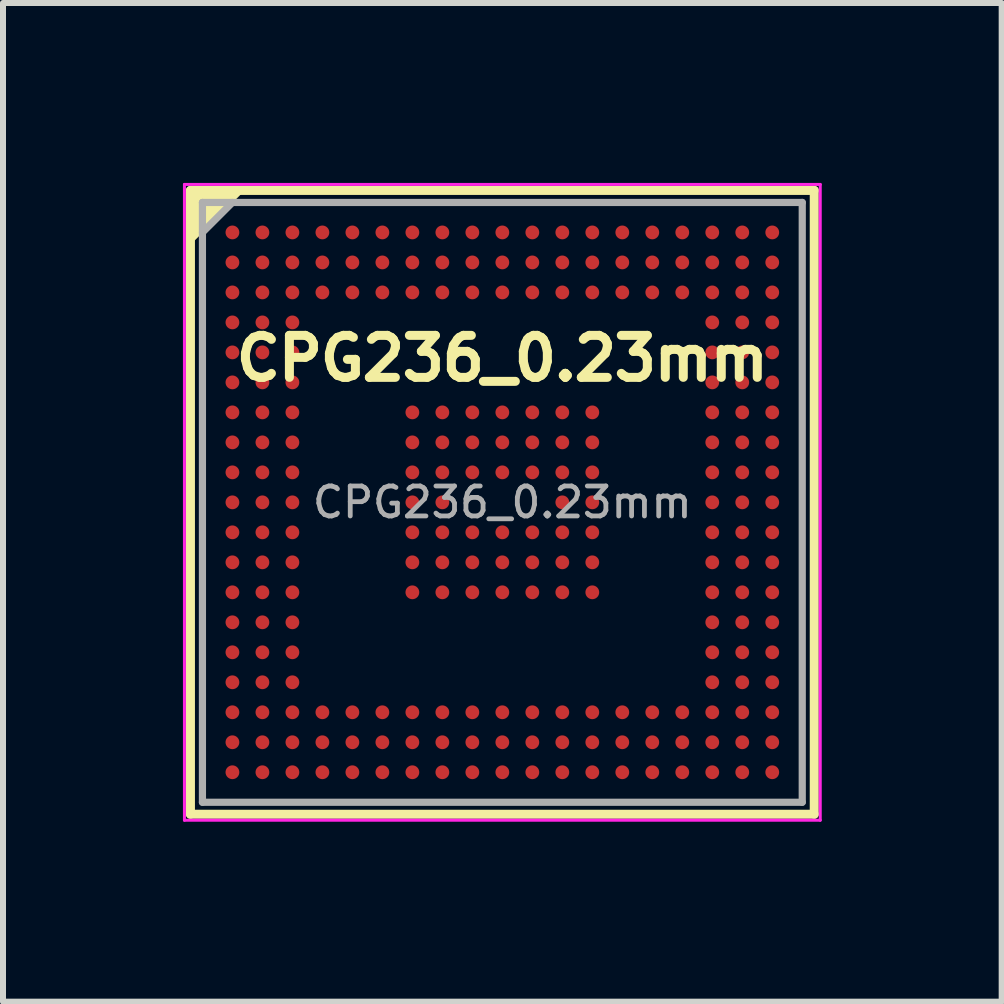
<source format=kicad_pcb>
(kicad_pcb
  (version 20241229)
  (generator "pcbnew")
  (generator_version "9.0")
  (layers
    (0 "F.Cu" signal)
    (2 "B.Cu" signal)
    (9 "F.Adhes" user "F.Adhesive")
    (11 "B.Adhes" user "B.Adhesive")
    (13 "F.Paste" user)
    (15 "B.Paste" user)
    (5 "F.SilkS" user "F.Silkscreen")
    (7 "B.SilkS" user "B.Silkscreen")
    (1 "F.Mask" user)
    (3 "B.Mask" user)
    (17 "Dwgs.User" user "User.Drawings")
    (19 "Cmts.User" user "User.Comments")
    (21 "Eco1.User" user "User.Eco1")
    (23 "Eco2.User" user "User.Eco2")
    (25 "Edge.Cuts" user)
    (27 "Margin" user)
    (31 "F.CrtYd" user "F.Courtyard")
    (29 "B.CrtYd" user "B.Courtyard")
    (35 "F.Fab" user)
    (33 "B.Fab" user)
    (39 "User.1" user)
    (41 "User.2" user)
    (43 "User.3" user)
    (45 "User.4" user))
  (footprint "CPG236_0.23mm"
    (layer "F.Cu")
    (at 5.325 5.325)
    (property "Reference" "CPG236_0.23mm" (at 0 -2.4 0) (layer "F.SilkS") (effects (font (size 0.7 0.7) (thickness 0.15))))
    (property "Value" "${VALUE}" (at 0 4.6 0) (layer "F.Fab") (hide yes) (effects (font (size 0.4 0.4) (thickness 0.07))))
    (attr through_hole)
    (fp_line (start -5.2 -5.2) (end -5.2 5.2) (stroke (width 0.15) (type solid)) (layer "F.SilkS"))
    (fp_line (start -5.2 5.2) (end 5.2 5.2) (stroke (width 0.15) (type solid)) (layer "F.SilkS"))
    (fp_line (start -4.4 -5.2) (end -5.2 -4.4) (stroke (width 0.15) (type solid)) (layer "F.SilkS"))
    (fp_line (start 5.2 -5.2) (end -5.2 -5.2) (stroke (width 0.15) (type solid)) (layer "F.SilkS"))
    (fp_line (start 5.2 5.2) (end 5.2 -5.2) (stroke (width 0.15) (type solid)) (layer "F.SilkS"))
    (fp_poly (pts (xy -5.2 -4.4) (xy -4.4 -5.2) (xy -5.2 -5.2)) (stroke (width 0.1) (type solid)) (fill yes) (layer "F.SilkS"))
    (fp_line (start -5.3 -5.3) (end 5.3 -5.3) (stroke (width 0.05) (type solid)) (layer "F.CrtYd"))
    (fp_line (start -5.3 5.3) (end -5.3 -5.3) (stroke (width 0.05) (type solid)) (layer "F.CrtYd"))
    (fp_line (start 5.3 -5.3) (end 5.3 5.3) (stroke (width 0.05) (type solid)) (layer "F.CrtYd"))
    (fp_line (start 5.3 5.3) (end -5.3 5.3) (stroke (width 0.05) (type solid)) (layer "F.CrtYd"))
    (fp_line (start -5 -5) (end 5 -5) (stroke (width 0.12) (type solid)) (layer "F.Fab"))
    (fp_line (start -5 5) (end -5 -5) (stroke (width 0.12) (type solid)) (layer "F.Fab"))
    (fp_line (start -4.5 -5) (end -5 -4.5) (stroke (width 0.12) (type solid)) (layer "F.Fab"))
    (fp_line (start 5 -5) (end 5 5) (stroke (width 0.12) (type solid)) (layer "F.Fab"))
    (fp_line (start 5 5) (end -5 5) (stroke (width 0.12) (type solid)) (layer "F.Fab"))
    (fp_poly (pts (xy -5 -4.5) (xy -5 -5) (xy -4.5 -5)) (stroke (width 0.1) (type solid)) (fill no) (layer "F.Fab"))
    (fp_text user "${REFERENCE}" (at 0 0 0) (layer "F.Fab") (effects (font (size 0.5 0.5) (thickness 0.08))))
    (pad "A1" smd circle (at -4.5 -4.5) (size 0.23 0.23) (layers "F.Cu" "F.Mask" "F.Paste"))
    (pad "A2" smd circle (at -4 -4.5) (size 0.23 0.23) (layers "F.Cu" "F.Mask" "F.Paste"))
    (pad "A3" smd circle (at -3.5 -4.5) (size 0.23 0.23) (layers "F.Cu" "F.Mask" "F.Paste"))
    (pad "A4" smd circle (at -3 -4.5) (size 0.23 0.23) (layers "F.Cu" "F.Mask" "F.Paste"))
    (pad "A5" smd circle (at -2.5 -4.5) (size 0.23 0.23) (layers "F.Cu" "F.Mask" "F.Paste"))
    (pad "A6" smd circle (at -2 -4.5) (size 0.23 0.23) (layers "F.Cu" "F.Mask" "F.Paste"))
    (pad "A7" smd circle (at -1.5 -4.5) (size 0.23 0.23) (layers "F.Cu" "F.Mask" "F.Paste"))
    (pad "A8" smd circle (at -1 -4.5) (size 0.23 0.23) (layers "F.Cu" "F.Mask" "F.Paste"))
    (pad "A9" smd circle (at -0.5 -4.5) (size 0.23 0.23) (layers "F.Cu" "F.Mask" "F.Paste"))
    (pad "A10" smd circle (at 0 -4.5) (size 0.23 0.23) (layers "F.Cu" "F.Mask" "F.Paste"))
    (pad "A11" smd circle (at 0.5 -4.5) (size 0.23 0.23) (layers "F.Cu" "F.Mask" "F.Paste"))
    (pad "A12" smd circle (at 1 -4.5) (size 0.23 0.23) (layers "F.Cu" "F.Mask" "F.Paste"))
    (pad "A13" smd circle (at 1.5 -4.5) (size 0.23 0.23) (layers "F.Cu" "F.Mask" "F.Paste"))
    (pad "A14" smd circle (at 2 -4.5) (size 0.23 0.23) (layers "F.Cu" "F.Mask" "F.Paste"))
    (pad "A15" smd circle (at 2.5 -4.5) (size 0.23 0.23) (layers "F.Cu" "F.Mask" "F.Paste"))
    (pad "A16" smd circle (at 3 -4.5) (size 0.23 0.23) (layers "F.Cu" "F.Mask" "F.Paste"))
    (pad "A17" smd circle (at 3.5 -4.5) (size 0.23 0.23) (layers "F.Cu" "F.Mask" "F.Paste"))
    (pad "A18" smd circle (at 4 -4.5) (size 0.23 0.23) (layers "F.Cu" "F.Mask" "F.Paste"))
    (pad "A19" smd circle (at 4.5 -4.5) (size 0.23 0.23) (layers "F.Cu" "F.Mask" "F.Paste"))
    (pad "B1" smd circle (at -4.5 -4) (size 0.23 0.23) (layers "F.Cu" "F.Mask" "F.Paste"))
    (pad "B2" smd circle (at -4 -4) (size 0.23 0.23) (layers "F.Cu" "F.Mask" "F.Paste"))
    (pad "B3" smd circle (at -3.5 -4) (size 0.23 0.23) (layers "F.Cu" "F.Mask" "F.Paste"))
    (pad "B4" smd circle (at -3 -4) (size 0.23 0.23) (layers "F.Cu" "F.Mask" "F.Paste"))
    (pad "B5" smd circle (at -2.5 -4) (size 0.23 0.23) (layers "F.Cu" "F.Mask" "F.Paste"))
    (pad "B6" smd circle (at -2 -4) (size 0.23 0.23) (layers "F.Cu" "F.Mask" "F.Paste"))
    (pad "B7" smd circle (at -1.5 -4) (size 0.23 0.23) (layers "F.Cu" "F.Mask" "F.Paste"))
    (pad "B8" smd circle (at -1 -4) (size 0.23 0.23) (layers "F.Cu" "F.Mask" "F.Paste"))
    (pad "B9" smd circle (at -0.5 -4) (size 0.23 0.23) (layers "F.Cu" "F.Mask" "F.Paste"))
    (pad "B10" smd circle (at 0 -4) (size 0.23 0.23) (layers "F.Cu" "F.Mask" "F.Paste"))
    (pad "B11" smd circle (at 0.5 -4) (size 0.23 0.23) (layers "F.Cu" "F.Mask" "F.Paste"))
    (pad "B12" smd circle (at 1 -4) (size 0.23 0.23) (layers "F.Cu" "F.Mask" "F.Paste"))
    (pad "B13" smd circle (at 1.5 -4) (size 0.23 0.23) (layers "F.Cu" "F.Mask" "F.Paste"))
    (pad "B14" smd circle (at 2 -4) (size 0.23 0.23) (layers "F.Cu" "F.Mask" "F.Paste"))
    (pad "B15" smd circle (at 2.5 -4) (size 0.23 0.23) (layers "F.Cu" "F.Mask" "F.Paste"))
    (pad "B16" smd circle (at 3 -4) (size 0.23 0.23) (layers "F.Cu" "F.Mask" "F.Paste"))
    (pad "B17" smd circle (at 3.5 -4) (size 0.23 0.23) (layers "F.Cu" "F.Mask" "F.Paste"))
    (pad "B18" smd circle (at 4 -4) (size 0.23 0.23) (layers "F.Cu" "F.Mask" "F.Paste"))
    (pad "B19" smd circle (at 4.5 -4) (size 0.23 0.23) (layers "F.Cu" "F.Mask" "F.Paste"))
    (pad "C1" smd circle (at -4.5 -3.5) (size 0.23 0.23) (layers "F.Cu" "F.Mask" "F.Paste"))
    (pad "C2" smd circle (at -4 -3.5) (size 0.23 0.23) (layers "F.Cu" "F.Mask" "F.Paste"))
    (pad "C3" smd circle (at -3.5 -3.5) (size 0.23 0.23) (layers "F.Cu" "F.Mask" "F.Paste"))
    (pad "C4" smd circle (at -3 -3.5) (size 0.23 0.23) (layers "F.Cu" "F.Mask" "F.Paste"))
    (pad "C5" smd circle (at -2.5 -3.5) (size 0.23 0.23) (layers "F.Cu" "F.Mask" "F.Paste"))
    (pad "C6" smd circle (at -2 -3.5) (size 0.23 0.23) (layers "F.Cu" "F.Mask" "F.Paste"))
    (pad "C7" smd circle (at -1.5 -3.5) (size 0.23 0.23) (layers "F.Cu" "F.Mask" "F.Paste"))
    (pad "C8" smd circle (at -1 -3.5) (size 0.23 0.23) (layers "F.Cu" "F.Mask" "F.Paste"))
    (pad "C9" smd circle (at -0.5 -3.5) (size 0.23 0.23) (layers "F.Cu" "F.Mask" "F.Paste"))
    (pad "C10" smd circle (at 0 -3.5) (size 0.23 0.23) (layers "F.Cu" "F.Mask" "F.Paste"))
    (pad "C11" smd circle (at 0.5 -3.5) (size 0.23 0.23) (layers "F.Cu" "F.Mask" "F.Paste"))
    (pad "C12" smd circle (at 1 -3.5) (size 0.23 0.23) (layers "F.Cu" "F.Mask" "F.Paste"))
    (pad "C13" smd circle (at 1.5 -3.5) (size 0.23 0.23) (layers "F.Cu" "F.Mask" "F.Paste"))
    (pad "C14" smd circle (at 2 -3.5) (size 0.23 0.23) (layers "F.Cu" "F.Mask" "F.Paste"))
    (pad "C15" smd circle (at 2.5 -3.5) (size 0.23 0.23) (layers "F.Cu" "F.Mask" "F.Paste"))
    (pad "C16" smd circle (at 3 -3.5) (size 0.23 0.23) (layers "F.Cu" "F.Mask" "F.Paste"))
    (pad "C17" smd circle (at 3.5 -3.5) (size 0.23 0.23) (layers "F.Cu" "F.Mask" "F.Paste"))
    (pad "C18" smd circle (at 4 -3.5) (size 0.23 0.23) (layers "F.Cu" "F.Mask" "F.Paste"))
    (pad "C19" smd circle (at 4.5 -3.5) (size 0.23 0.23) (layers "F.Cu" "F.Mask" "F.Paste"))
    (pad "D1" smd circle (at -4.5 -3) (size 0.23 0.23) (layers "F.Cu" "F.Mask" "F.Paste"))
    (pad "D2" smd circle (at -4 -3) (size 0.23 0.23) (layers "F.Cu" "F.Mask" "F.Paste"))
    (pad "D3" smd circle (at -3.5 -3) (size 0.23 0.23) (layers "F.Cu" "F.Mask" "F.Paste"))
    (pad "D17" smd circle (at 3.5 -3) (size 0.23 0.23) (layers "F.Cu" "F.Mask" "F.Paste"))
    (pad "D18" smd circle (at 4 -3) (size 0.23 0.23) (layers "F.Cu" "F.Mask" "F.Paste"))
    (pad "D19" smd circle (at 4.5 -3) (size 0.23 0.23) (layers "F.Cu" "F.Mask" "F.Paste"))
    (pad "E1" smd circle (at -4.5 -2.5) (size 0.23 0.23) (layers "F.Cu" "F.Mask" "F.Paste"))
    (pad "E2" smd circle (at -4 -2.5) (size 0.23 0.23) (layers "F.Cu" "F.Mask" "F.Paste"))
    (pad "E3" smd circle (at -3.5 -2.5) (size 0.23 0.23) (layers "F.Cu" "F.Mask" "F.Paste"))
    (pad "E17" smd circle (at 3.5 -2.5) (size 0.23 0.23) (layers "F.Cu" "F.Mask" "F.Paste"))
    (pad "E18" smd circle (at 4 -2.5) (size 0.23 0.23) (layers "F.Cu" "F.Mask" "F.Paste"))
    (pad "E19" smd circle (at 4.5 -2.5) (size 0.23 0.23) (layers "F.Cu" "F.Mask" "F.Paste"))
    (pad "F1" smd circle (at -4.5 -2) (size 0.23 0.23) (layers "F.Cu" "F.Mask" "F.Paste"))
    (pad "F2" smd circle (at -4 -2) (size 0.23 0.23) (layers "F.Cu" "F.Mask" "F.Paste"))
    (pad "F3" smd circle (at -3.5 -2) (size 0.23 0.23) (layers "F.Cu" "F.Mask" "F.Paste"))
    (pad "F17" smd circle (at 3.5 -2) (size 0.23 0.23) (layers "F.Cu" "F.Mask" "F.Paste"))
    (pad "F18" smd circle (at 4 -2) (size 0.23 0.23) (layers "F.Cu" "F.Mask" "F.Paste"))
    (pad "F19" smd circle (at 4.5 -2) (size 0.23 0.23) (layers "F.Cu" "F.Mask" "F.Paste"))
    (pad "G1" smd circle (at -4.5 -1.5) (size 0.23 0.23) (layers "F.Cu" "F.Mask" "F.Paste"))
    (pad "G2" smd circle (at -4 -1.5) (size 0.23 0.23) (layers "F.Cu" "F.Mask" "F.Paste"))
    (pad "G3" smd circle (at -3.5 -1.5) (size 0.23 0.23) (layers "F.Cu" "F.Mask" "F.Paste"))
    (pad "G7" smd circle (at -1.5 -1.5) (size 0.23 0.23) (layers "F.Cu" "F.Mask" "F.Paste"))
    (pad "G8" smd circle (at -1 -1.5) (size 0.23 0.23) (layers "F.Cu" "F.Mask" "F.Paste"))
    (pad "G9" smd circle (at -0.5 -1.5) (size 0.23 0.23) (layers "F.Cu" "F.Mask" "F.Paste"))
    (pad "G10" smd circle (at 0 -1.5) (size 0.23 0.23) (layers "F.Cu" "F.Mask" "F.Paste"))
    (pad "G11" smd circle (at 0.5 -1.5) (size 0.23 0.23) (layers "F.Cu" "F.Mask" "F.Paste"))
    (pad "G12" smd circle (at 1 -1.5) (size 0.23 0.23) (layers "F.Cu" "F.Mask" "F.Paste"))
    (pad "G13" smd circle (at 1.5 -1.5) (size 0.23 0.23) (layers "F.Cu" "F.Mask" "F.Paste"))
    (pad "G17" smd circle (at 3.5 -1.5) (size 0.23 0.23) (layers "F.Cu" "F.Mask" "F.Paste"))
    (pad "G18" smd circle (at 4 -1.5) (size 0.23 0.23) (layers "F.Cu" "F.Mask" "F.Paste"))
    (pad "G19" smd circle (at 4.5 -1.5) (size 0.23 0.23) (layers "F.Cu" "F.Mask" "F.Paste"))
    (pad "H1" smd circle (at -4.5 -1) (size 0.23 0.23) (layers "F.Cu" "F.Mask" "F.Paste"))
    (pad "H2" smd circle (at -4 -1) (size 0.23 0.23) (layers "F.Cu" "F.Mask" "F.Paste"))
    (pad "H3" smd circle (at -3.5 -1) (size 0.23 0.23) (layers "F.Cu" "F.Mask" "F.Paste"))
    (pad "H7" smd circle (at -1.5 -1) (size 0.23 0.23) (layers "F.Cu" "F.Mask" "F.Paste"))
    (pad "H8" smd circle (at -1 -1) (size 0.23 0.23) (layers "F.Cu" "F.Mask" "F.Paste"))
    (pad "H9" smd circle (at -0.5 -1) (size 0.23 0.23) (layers "F.Cu" "F.Mask" "F.Paste"))
    (pad "H10" smd circle (at 0 -1) (size 0.23 0.23) (layers "F.Cu" "F.Mask" "F.Paste"))
    (pad "H11" smd circle (at 0.5 -1) (size 0.23 0.23) (layers "F.Cu" "F.Mask" "F.Paste"))
    (pad "H12" smd circle (at 1 -1) (size 0.23 0.23) (layers "F.Cu" "F.Mask" "F.Paste"))
    (pad "H13" smd circle (at 1.5 -1) (size 0.23 0.23) (layers "F.Cu" "F.Mask" "F.Paste"))
    (pad "H17" smd circle (at 3.5 -1) (size 0.23 0.23) (layers "F.Cu" "F.Mask" "F.Paste"))
    (pad "H18" smd circle (at 4 -1) (size 0.23 0.23) (layers "F.Cu" "F.Mask" "F.Paste"))
    (pad "H19" smd circle (at 4.5 -1) (size 0.23 0.23) (layers "F.Cu" "F.Mask" "F.Paste"))
    (pad "J1" smd circle (at -4.5 -0.5) (size 0.23 0.23) (layers "F.Cu" "F.Mask" "F.Paste"))
    (pad "J2" smd circle (at -4 -0.5) (size 0.23 0.23) (layers "F.Cu" "F.Mask" "F.Paste"))
    (pad "J3" smd circle (at -3.5 -0.5) (size 0.23 0.23) (layers "F.Cu" "F.Mask" "F.Paste"))
    (pad "J7" smd circle (at -1.5 -0.5) (size 0.23 0.23) (layers "F.Cu" "F.Mask" "F.Paste"))
    (pad "J8" smd circle (at -1 -0.5) (size 0.23 0.23) (layers "F.Cu" "F.Mask" "F.Paste"))
    (pad "J9" smd circle (at -0.5 -0.5) (size 0.23 0.23) (layers "F.Cu" "F.Mask" "F.Paste"))
    (pad "J10" smd circle (at 0 -0.5) (size 0.23 0.23) (layers "F.Cu" "F.Mask" "F.Paste"))
    (pad "J11" smd circle (at 0.5 -0.5) (size 0.23 0.23) (layers "F.Cu" "F.Mask" "F.Paste"))
    (pad "J12" smd circle (at 1 -0.5) (size 0.23 0.23) (layers "F.Cu" "F.Mask" "F.Paste"))
    (pad "J13" smd circle (at 1.5 -0.5) (size 0.23 0.23) (layers "F.Cu" "F.Mask" "F.Paste"))
    (pad "J17" smd circle (at 3.5 -0.5) (size 0.23 0.23) (layers "F.Cu" "F.Mask" "F.Paste"))
    (pad "J18" smd circle (at 4 -0.5) (size 0.23 0.23) (layers "F.Cu" "F.Mask" "F.Paste"))
    (pad "J19" smd circle (at 4.5 -0.5) (size 0.23 0.23) (layers "F.Cu" "F.Mask" "F.Paste"))
    (pad "K1" smd circle (at -4.5 0) (size 0.23 0.23) (layers "F.Cu" "F.Mask" "F.Paste"))
    (pad "K2" smd circle (at -4 0) (size 0.23 0.23) (layers "F.Cu" "F.Mask" "F.Paste"))
    (pad "K3" smd circle (at -3.5 0) (size 0.23 0.23) (layers "F.Cu" "F.Mask" "F.Paste"))
    (pad "K7" smd circle (at -1.5 0) (size 0.23 0.23) (layers "F.Cu" "F.Mask" "F.Paste"))
    (pad "K8" smd circle (at -1 0) (size 0.23 0.23) (layers "F.Cu" "F.Mask" "F.Paste"))
    (pad "K12" smd circle (at 1 0) (size 0.23 0.23) (layers "F.Cu" "F.Mask" "F.Paste"))
    (pad "K13" smd circle (at 1.5 0) (size 0.23 0.23) (layers "F.Cu" "F.Mask" "F.Paste"))
    (pad "K17" smd circle (at 3.5 0) (size 0.23 0.23) (layers "F.Cu" "F.Mask" "F.Paste"))
    (pad "K18" smd circle (at 4 0) (size 0.23 0.23) (layers "F.Cu" "F.Mask" "F.Paste"))
    (pad "K19" smd circle (at 4.5 0) (size 0.23 0.23) (layers "F.Cu" "F.Mask" "F.Paste"))
    (pad "L1" smd circle (at -4.5 0.5) (size 0.23 0.23) (layers "F.Cu" "F.Mask" "F.Paste"))
    (pad "L2" smd circle (at -4 0.5) (size 0.23 0.23) (layers "F.Cu" "F.Mask" "F.Paste"))
    (pad "L3" smd circle (at -3.5 0.5) (size 0.23 0.23) (layers "F.Cu" "F.Mask" "F.Paste"))
    (pad "L7" smd circle (at -1.5 0.5) (size 0.23 0.23) (layers "F.Cu" "F.Mask" "F.Paste"))
    (pad "L8" smd circle (at -1 0.5) (size 0.23 0.23) (layers "F.Cu" "F.Mask" "F.Paste"))
    (pad "L9" smd circle (at -0.5 0.5) (size 0.23 0.23) (layers "F.Cu" "F.Mask" "F.Paste"))
    (pad "L10" smd circle (at 0 0.5) (size 0.23 0.23) (layers "F.Cu" "F.Mask" "F.Paste"))
    (pad "L11" smd circle (at 0.5 0.5) (size 0.23 0.23) (layers "F.Cu" "F.Mask" "F.Paste"))
    (pad "L12" smd circle (at 1 0.5) (size 0.23 0.23) (layers "F.Cu" "F.Mask" "F.Paste"))
    (pad "L13" smd circle (at 1.5 0.5) (size 0.23 0.23) (layers "F.Cu" "F.Mask" "F.Paste"))
    (pad "L17" smd circle (at 3.5 0.5) (size 0.23 0.23) (layers "F.Cu" "F.Mask" "F.Paste"))
    (pad "L18" smd circle (at 4 0.5) (size 0.23 0.23) (layers "F.Cu" "F.Mask" "F.Paste"))
    (pad "L19" smd circle (at 4.5 0.5) (size 0.23 0.23) (layers "F.Cu" "F.Mask" "F.Paste"))
    (pad "M1" smd circle (at -4.5 1) (size 0.23 0.23) (layers "F.Cu" "F.Mask" "F.Paste"))
    (pad "M2" smd circle (at -4 1) (size 0.23 0.23) (layers "F.Cu" "F.Mask" "F.Paste"))
    (pad "M3" smd circle (at -3.5 1) (size 0.23 0.23) (layers "F.Cu" "F.Mask" "F.Paste"))
    (pad "M7" smd circle (at -1.5 1) (size 0.23 0.23) (layers "F.Cu" "F.Mask" "F.Paste"))
    (pad "M8" smd circle (at -1 1) (size 0.23 0.23) (layers "F.Cu" "F.Mask" "F.Paste"))
    (pad "M9" smd circle (at -0.5 1) (size 0.23 0.23) (layers "F.Cu" "F.Mask" "F.Paste"))
    (pad "M10" smd circle (at 0 1) (size 0.23 0.23) (layers "F.Cu" "F.Mask" "F.Paste"))
    (pad "M11" smd circle (at 0.5 1) (size 0.23 0.23) (layers "F.Cu" "F.Mask" "F.Paste"))
    (pad "M12" smd circle (at 1 1) (size 0.23 0.23) (layers "F.Cu" "F.Mask" "F.Paste"))
    (pad "M13" smd circle (at 1.5 1) (size 0.23 0.23) (layers "F.Cu" "F.Mask" "F.Paste"))
    (pad "M17" smd circle (at 3.5 1) (size 0.23 0.23) (layers "F.Cu" "F.Mask" "F.Paste"))
    (pad "M18" smd circle (at 4 1) (size 0.23 0.23) (layers "F.Cu" "F.Mask" "F.Paste"))
    (pad "M19" smd circle (at 4.5 1) (size 0.23 0.23) (layers "F.Cu" "F.Mask" "F.Paste"))
    (pad "N1" smd circle (at -4.5 1.5) (size 0.23 0.23) (layers "F.Cu" "F.Mask" "F.Paste"))
    (pad "N2" smd circle (at -4 1.5) (size 0.23 0.23) (layers "F.Cu" "F.Mask" "F.Paste"))
    (pad "N3" smd circle (at -3.5 1.5) (size 0.23 0.23) (layers "F.Cu" "F.Mask" "F.Paste"))
    (pad "N7" smd circle (at -1.5 1.5) (size 0.23 0.23) (layers "F.Cu" "F.Mask" "F.Paste"))
    (pad "N8" smd circle (at -1 1.5) (size 0.23 0.23) (layers "F.Cu" "F.Mask" "F.Paste"))
    (pad "N9" smd circle (at -0.5 1.5) (size 0.23 0.23) (layers "F.Cu" "F.Mask" "F.Paste"))
    (pad "N10" smd circle (at 0 1.5) (size 0.23 0.23) (layers "F.Cu" "F.Mask" "F.Paste"))
    (pad "N11" smd circle (at 0.5 1.5) (size 0.23 0.23) (layers "F.Cu" "F.Mask" "F.Paste"))
    (pad "N12" smd circle (at 1 1.5) (size 0.23 0.23) (layers "F.Cu" "F.Mask" "F.Paste"))
    (pad "N13" smd circle (at 1.5 1.5) (size 0.23 0.23) (layers "F.Cu" "F.Mask" "F.Paste"))
    (pad "N17" smd circle (at 3.5 1.5) (size 0.23 0.23) (layers "F.Cu" "F.Mask" "F.Paste"))
    (pad "N18" smd circle (at 4 1.5) (size 0.23 0.23) (layers "F.Cu" "F.Mask" "F.Paste"))
    (pad "N19" smd circle (at 4.5 1.5) (size 0.23 0.23) (layers "F.Cu" "F.Mask" "F.Paste"))
    (pad "P1" smd circle (at -4.5 2) (size 0.23 0.23) (layers "F.Cu" "F.Mask" "F.Paste"))
    (pad "P2" smd circle (at -4 2) (size 0.23 0.23) (layers "F.Cu" "F.Mask" "F.Paste"))
    (pad "P3" smd circle (at -3.5 2) (size 0.23 0.23) (layers "F.Cu" "F.Mask" "F.Paste"))
    (pad "P17" smd circle (at 3.5 2) (size 0.23 0.23) (layers "F.Cu" "F.Mask" "F.Paste"))
    (pad "P18" smd circle (at 4 2) (size 0.23 0.23) (layers "F.Cu" "F.Mask" "F.Paste"))
    (pad "P19" smd circle (at 4.5 2) (size 0.23 0.23) (layers "F.Cu" "F.Mask" "F.Paste"))
    (pad "R1" smd circle (at -4.5 2.5) (size 0.23 0.23) (layers "F.Cu" "F.Mask" "F.Paste"))
    (pad "R2" smd circle (at -4 2.5) (size 0.23 0.23) (layers "F.Cu" "F.Mask" "F.Paste"))
    (pad "R3" smd circle (at -3.5 2.5) (size 0.23 0.23) (layers "F.Cu" "F.Mask" "F.Paste"))
    (pad "R17" smd circle (at 3.5 2.5) (size 0.23 0.23) (layers "F.Cu" "F.Mask" "F.Paste"))
    (pad "R18" smd circle (at 4 2.5) (size 0.23 0.23) (layers "F.Cu" "F.Mask" "F.Paste"))
    (pad "R19" smd circle (at 4.5 2.5) (size 0.23 0.23) (layers "F.Cu" "F.Mask" "F.Paste"))
    (pad "T1" smd circle (at -4.5 3) (size 0.23 0.23) (layers "F.Cu" "F.Mask" "F.Paste"))
    (pad "T2" smd circle (at -4 3) (size 0.23 0.23) (layers "F.Cu" "F.Mask" "F.Paste"))
    (pad "T3" smd circle (at -3.5 3) (size 0.23 0.23) (layers "F.Cu" "F.Mask" "F.Paste"))
    (pad "T17" smd circle (at 3.5 3) (size 0.23 0.23) (layers "F.Cu" "F.Mask" "F.Paste"))
    (pad "T18" smd circle (at 4 3) (size 0.23 0.23) (layers "F.Cu" "F.Mask" "F.Paste"))
    (pad "T19" smd circle (at 4.5 3) (size 0.23 0.23) (layers "F.Cu" "F.Mask" "F.Paste"))
    (pad "U1" smd circle (at -4.5 3.5) (size 0.23 0.23) (layers "F.Cu" "F.Mask" "F.Paste"))
    (pad "U2" smd circle (at -4 3.5) (size 0.23 0.23) (layers "F.Cu" "F.Mask" "F.Paste"))
    (pad "U3" smd circle (at -3.5 3.5) (size 0.23 0.23) (layers "F.Cu" "F.Mask" "F.Paste"))
    (pad "U4" smd circle (at -3 3.5) (size 0.23 0.23) (layers "F.Cu" "F.Mask" "F.Paste"))
    (pad "U5" smd circle (at -2.5 3.5) (size 0.23 0.23) (layers "F.Cu" "F.Mask" "F.Paste"))
    (pad "U6" smd circle (at -2 3.5) (size 0.23 0.23) (layers "F.Cu" "F.Mask" "F.Paste"))
    (pad "U7" smd circle (at -1.5 3.5) (size 0.23 0.23) (layers "F.Cu" "F.Mask" "F.Paste"))
    (pad "U8" smd circle (at -1 3.5) (size 0.23 0.23) (layers "F.Cu" "F.Mask" "F.Paste"))
    (pad "U9" smd circle (at -0.5 3.5) (size 0.23 0.23) (layers "F.Cu" "F.Mask" "F.Paste"))
    (pad "U10" smd circle (at 0 3.5) (size 0.23 0.23) (layers "F.Cu" "F.Mask" "F.Paste"))
    (pad "U11" smd circle (at 0.5 3.5) (size 0.23 0.23) (layers "F.Cu" "F.Mask" "F.Paste"))
    (pad "U12" smd circle (at 1 3.5) (size 0.23 0.23) (layers "F.Cu" "F.Mask" "F.Paste"))
    (pad "U13" smd circle (at 1.5 3.5) (size 0.23 0.23) (layers "F.Cu" "F.Mask" "F.Paste"))
    (pad "U14" smd circle (at 2 3.5) (size 0.23 0.23) (layers "F.Cu" "F.Mask" "F.Paste"))
    (pad "U15" smd circle (at 2.5 3.5) (size 0.23 0.23) (layers "F.Cu" "F.Mask" "F.Paste"))
    (pad "U16" smd circle (at 3 3.5) (size 0.23 0.23) (layers "F.Cu" "F.Mask" "F.Paste"))
    (pad "U17" smd circle (at 3.5 3.5) (size 0.23 0.23) (layers "F.Cu" "F.Mask" "F.Paste"))
    (pad "U18" smd circle (at 4 3.5) (size 0.23 0.23) (layers "F.Cu" "F.Mask" "F.Paste"))
    (pad "U19" smd circle (at 4.5 3.5) (size 0.23 0.23) (layers "F.Cu" "F.Mask" "F.Paste"))
    (pad "V1" smd circle (at -4.5 4) (size 0.23 0.23) (layers "F.Cu" "F.Mask" "F.Paste"))
    (pad "V2" smd circle (at -4 4) (size 0.23 0.23) (layers "F.Cu" "F.Mask" "F.Paste"))
    (pad "V3" smd circle (at -3.5 4) (size 0.23 0.23) (layers "F.Cu" "F.Mask" "F.Paste"))
    (pad "V4" smd circle (at -3 4) (size 0.23 0.23) (layers "F.Cu" "F.Mask" "F.Paste"))
    (pad "V5" smd circle (at -2.5 4) (size 0.23 0.23) (layers "F.Cu" "F.Mask" "F.Paste"))
    (pad "V6" smd circle (at -2 4) (size 0.23 0.23) (layers "F.Cu" "F.Mask" "F.Paste"))
    (pad "V7" smd circle (at -1.5 4) (size 0.23 0.23) (layers "F.Cu" "F.Mask" "F.Paste"))
    (pad "V8" smd circle (at -1 4) (size 0.23 0.23) (layers "F.Cu" "F.Mask" "F.Paste"))
    (pad "V9" smd circle (at -0.5 4) (size 0.23 0.23) (layers "F.Cu" "F.Mask" "F.Paste"))
    (pad "V10" smd circle (at 0 4) (size 0.23 0.23) (layers "F.Cu" "F.Mask" "F.Paste"))
    (pad "V11" smd circle (at 0.5 4) (size 0.23 0.23) (layers "F.Cu" "F.Mask" "F.Paste"))
    (pad "V12" smd circle (at 1 4) (size 0.23 0.23) (layers "F.Cu" "F.Mask" "F.Paste"))
    (pad "V13" smd circle (at 1.5 4) (size 0.23 0.23) (layers "F.Cu" "F.Mask" "F.Paste"))
    (pad "V14" smd circle (at 2 4) (size 0.23 0.23) (layers "F.Cu" "F.Mask" "F.Paste"))
    (pad "V15" smd circle (at 2.5 4) (size 0.23 0.23) (layers "F.Cu" "F.Mask" "F.Paste"))
    (pad "V16" smd circle (at 3 4) (size 0.23 0.23) (layers "F.Cu" "F.Mask" "F.Paste"))
    (pad "V17" smd circle (at 3.5 4) (size 0.23 0.23) (layers "F.Cu" "F.Mask" "F.Paste"))
    (pad "V18" smd circle (at 4 4) (size 0.23 0.23) (layers "F.Cu" "F.Mask" "F.Paste"))
    (pad "V19" smd circle (at 4.5 4) (size 0.23 0.23) (layers "F.Cu" "F.Mask" "F.Paste"))
    (pad "W1" smd circle (at -4.5 4.5) (size 0.23 0.23) (layers "F.Cu" "F.Mask" "F.Paste"))
    (pad "W2" smd circle (at -4 4.5) (size 0.23 0.23) (layers "F.Cu" "F.Mask" "F.Paste"))
    (pad "W3" smd circle (at -3.5 4.5) (size 0.23 0.23) (layers "F.Cu" "F.Mask" "F.Paste"))
    (pad "W4" smd circle (at -3 4.5) (size 0.23 0.23) (layers "F.Cu" "F.Mask" "F.Paste"))
    (pad "W5" smd circle (at -2.5 4.5) (size 0.23 0.23) (layers "F.Cu" "F.Mask" "F.Paste"))
    (pad "W6" smd circle (at -2 4.5) (size 0.23 0.23) (layers "F.Cu" "F.Mask" "F.Paste"))
    (pad "W7" smd circle (at -1.5 4.5) (size 0.23 0.23) (layers "F.Cu" "F.Mask" "F.Paste"))
    (pad "W8" smd circle (at -1 4.5) (size 0.23 0.23) (layers "F.Cu" "F.Mask" "F.Paste"))
    (pad "W9" smd circle (at -0.5 4.5) (size 0.23 0.23) (layers "F.Cu" "F.Mask" "F.Paste"))
    (pad "W10" smd circle (at 0 4.5) (size 0.23 0.23) (layers "F.Cu" "F.Mask" "F.Paste"))
    (pad "W11" smd circle (at 0.5 4.5) (size 0.23 0.23) (layers "F.Cu" "F.Mask" "F.Paste"))
    (pad "W12" smd circle (at 1 4.5) (size 0.23 0.23) (layers "F.Cu" "F.Mask" "F.Paste"))
    (pad "W13" smd circle (at 1.5 4.5) (size 0.23 0.23) (layers "F.Cu" "F.Mask" "F.Paste"))
    (pad "W14" smd circle (at 2 4.5) (size 0.23 0.23) (layers "F.Cu" "F.Mask" "F.Paste"))
    (pad "W15" smd circle (at 2.5 4.5) (size 0.23 0.23) (layers "F.Cu" "F.Mask" "F.Paste"))
    (pad "W16" smd circle (at 3 4.5) (size 0.23 0.23) (layers "F.Cu" "F.Mask" "F.Paste"))
    (pad "W17" smd circle (at 3.5 4.5) (size 0.23 0.23) (layers "F.Cu" "F.Mask" "F.Paste"))
    (pad "W18" smd circle (at 4 4.5) (size 0.23 0.23) (layers "F.Cu" "F.Mask" "F.Paste"))
    (pad "W19" smd circle (at 4.5 4.5) (size 0.23 0.23) (layers "F.Cu" "F.Mask" "F.Paste")))
  (gr_rect
    (start -3 -3)
    (end 13.65 13.65)
    (stroke (width 0.1) (type default))
    (fill no)
    (layer "Edge.Cuts")))
</source>
